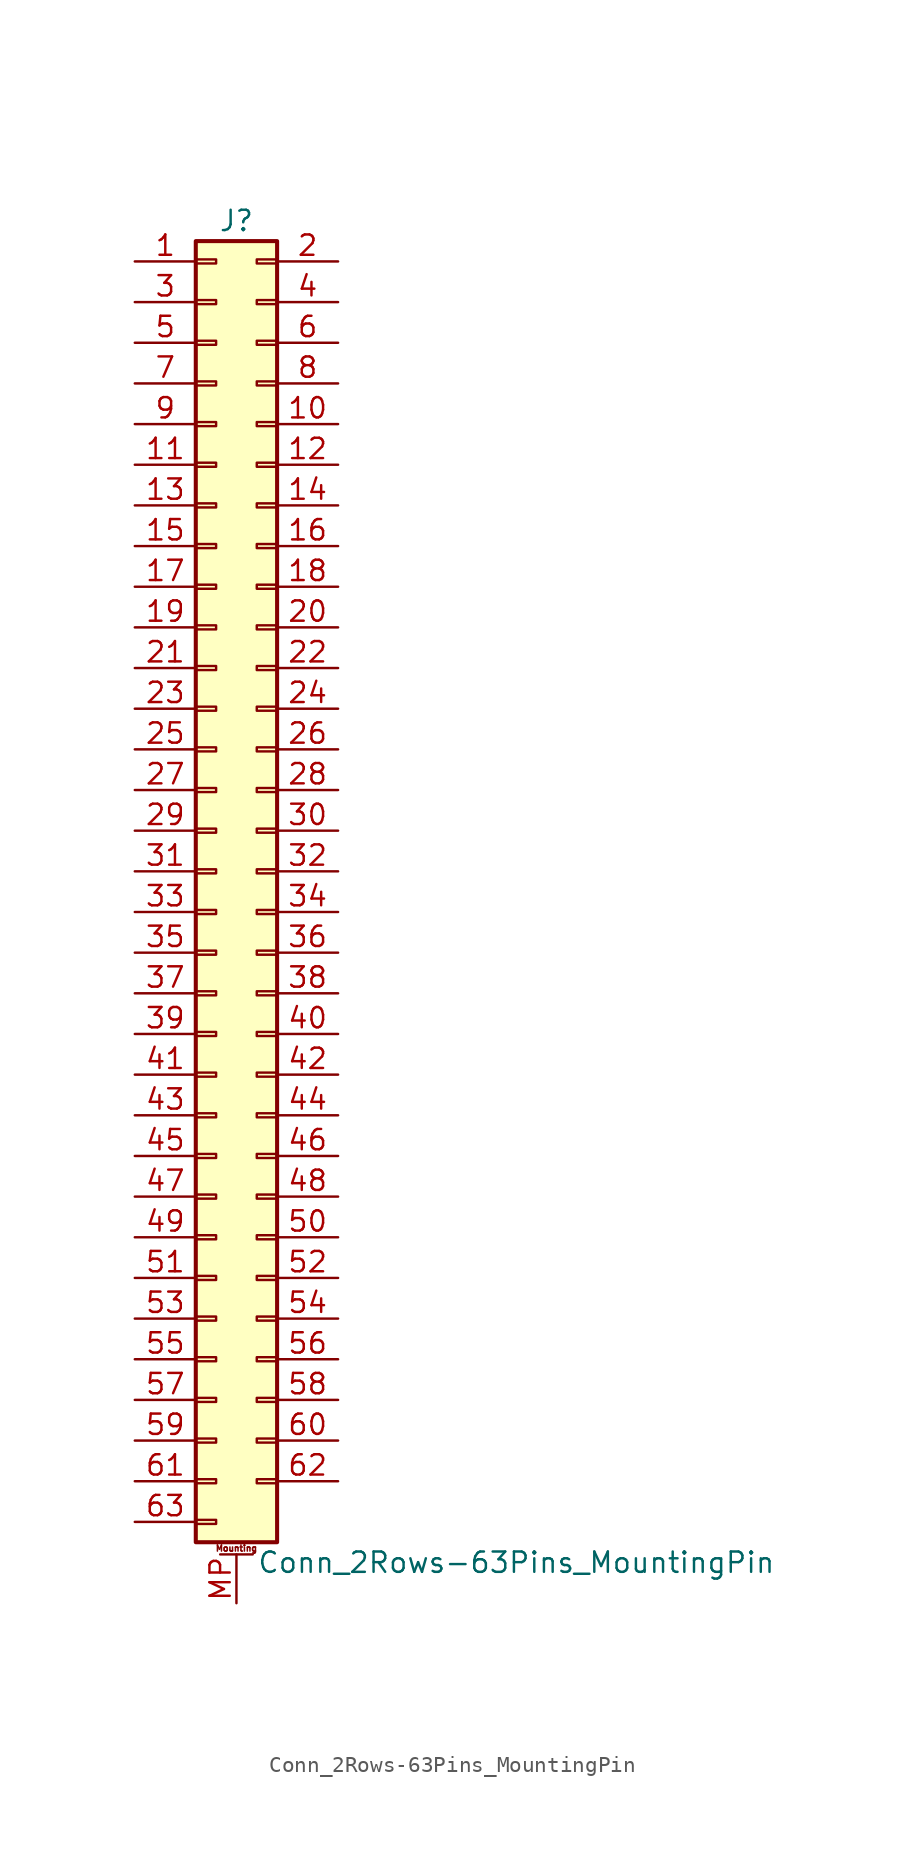
<source format=kicad_sym>
(kicad_symbol_lib
  (version 20201005)
  (generator kicad_symbol_editor)
  (symbol "Connector_Generic_MountingPin:Conn_2Rows-63Pins_MountingPin"
    (pin_names
      (offset 1.016) hide)
    (property "Reference" "J"
      (at 1.27 40.64 0)
      (effects (font (size 1.27 1.27))))
    (property "Value" "Conn_2Rows-63Pins_MountingPin"
      (at 2.54 -43.18 0)
      (effects (font (size 1.27 1.27)) (justify left)))
    (symbol "Conn_2Rows-63Pins_MountingPin_1_1"
      (text "Mounting" (at 1.27 -42.291 0) (effects (font (size 0.381 0.381))))
      (rectangle (start -1.27 -27.813) (end 0 -28.067) (stroke (width 0.152)) (fill (type none)))
      (rectangle (start -1.27 -30.353) (end 0 -30.607) (stroke (width 0.152)) (fill (type none)))
      (rectangle (start -1.27 -32.893) (end 0 -33.147) (stroke (width 0.152)) (fill (type none)))
      (rectangle (start -1.27 -35.433) (end 0 -35.687) (stroke (width 0.152)) (fill (type none)))
      (rectangle (start -1.27 -37.973) (end 0 -38.227) (stroke (width 0.152)) (fill (type none)))
      (rectangle (start -1.27 -40.513) (end 0 -40.767) (stroke (width 0.152)) (fill (type none)))
      (rectangle (start -1.27 -4.953) (end 0 -5.207) (stroke (width 0.152)) (fill (type none)))
      (rectangle (start -1.27 -7.493) (end 0 -7.747) (stroke (width 0.152)) (fill (type none)))
      (rectangle (start -1.27 -10.033) (end 0 -10.287) (stroke (width 0.152)) (fill (type none)))
      (rectangle (start -1.27 -12.573) (end 0 -12.827) (stroke (width 0.152)) (fill (type none)))
      (rectangle (start -1.27 -15.113) (end 0 -15.367) (stroke (width 0.152)) (fill (type none)))
      (rectangle (start -1.27 -17.653) (end 0 -17.907) (stroke (width 0.152)) (fill (type none)))
      (rectangle (start -1.27 -20.193) (end 0 -20.447) (stroke (width 0.152)) (fill (type none)))
      (rectangle (start -1.27 -22.733) (end 0 -22.987) (stroke (width 0.152)) (fill (type none)))
      (rectangle (start -1.27 -2.413) (end 0 -2.667) (stroke (width 0.152)) (fill (type none)))
      (rectangle (start -1.27 -25.273) (end 0 -25.527) (stroke (width 0.152)) (fill (type none)))
      (rectangle (start -1.27 25.527) (end 0 25.273) (stroke (width 0.152)) (fill (type none)))
      (rectangle (start -1.27 2.667) (end 0 2.413) (stroke (width 0.152)) (fill (type none)))
      (rectangle (start -1.27 28.067) (end 0 27.813) (stroke (width 0.152)) (fill (type none)))
      (rectangle (start -1.27 30.607) (end 0 30.353) (stroke (width 0.152)) (fill (type none)))
      (rectangle (start -1.27 33.147) (end 0 32.893) (stroke (width 0.152)) (fill (type none)))
      (rectangle (start -1.27 35.687) (end 0 35.433) (stroke (width 0.152)) (fill (type none)))
      (rectangle (start -1.27 38.227) (end 0 37.973) (stroke (width 0.152)) (fill (type none)))
      (rectangle (start -1.27 39.37) (end 3.81 -41.91) (stroke (width 0.254)) (fill (type background)))
      (rectangle (start -1.27 5.207) (end 0 4.953) (stroke (width 0.152)) (fill (type none)))
      (rectangle (start -1.27 7.747) (end 0 7.493) (stroke (width 0.152)) (fill (type none)))
      (rectangle (start -1.27 10.287) (end 0 10.033) (stroke (width 0.152)) (fill (type none)))
      (rectangle (start -1.27 0.127) (end 0 -0.127) (stroke (width 0.152)) (fill (type none)))
      (rectangle (start -1.27 12.827) (end 0 12.573) (stroke (width 0.152)) (fill (type none)))
      (rectangle (start -1.27 15.367) (end 0 15.113) (stroke (width 0.152)) (fill (type none)))
      (rectangle (start -1.27 17.907) (end 0 17.653) (stroke (width 0.152)) (fill (type none)))
      (rectangle (start -1.27 20.447) (end 0 20.193) (stroke (width 0.152)) (fill (type none)))
      (rectangle (start -1.27 22.987) (end 0 22.733) (stroke (width 0.152)) (fill (type none)))
      (rectangle (start 3.81 -27.813) (end 2.54 -28.067) (stroke (width 0.152)) (fill (type none)))
      (rectangle (start 3.81 -30.353) (end 2.54 -30.607) (stroke (width 0.152)) (fill (type none)))
      (rectangle (start 3.81 -32.893) (end 2.54 -33.147) (stroke (width 0.152)) (fill (type none)))
      (rectangle (start 3.81 -35.433) (end 2.54 -35.687) (stroke (width 0.152)) (fill (type none)))
      (rectangle (start 3.81 -37.973) (end 2.54 -38.227) (stroke (width 0.152)) (fill (type none)))
      (rectangle (start 3.81 -4.953) (end 2.54 -5.207) (stroke (width 0.152)) (fill (type none)))
      (rectangle (start 3.81 -7.493) (end 2.54 -7.747) (stroke (width 0.152)) (fill (type none)))
      (rectangle (start 3.81 -10.033) (end 2.54 -10.287) (stroke (width 0.152)) (fill (type none)))
      (rectangle (start 3.81 -12.573) (end 2.54 -12.827) (stroke (width 0.152)) (fill (type none)))
      (rectangle (start 3.81 -15.113) (end 2.54 -15.367) (stroke (width 0.152)) (fill (type none)))
      (rectangle (start 3.81 -17.653) (end 2.54 -17.907) (stroke (width 0.152)) (fill (type none)))
      (rectangle (start 3.81 -20.193) (end 2.54 -20.447) (stroke (width 0.152)) (fill (type none)))
      (rectangle (start 3.81 -22.733) (end 2.54 -22.987) (stroke (width 0.152)) (fill (type none)))
      (rectangle (start 3.81 -2.413) (end 2.54 -2.667) (stroke (width 0.152)) (fill (type none)))
      (rectangle (start 3.81 -25.273) (end 2.54 -25.527) (stroke (width 0.152)) (fill (type none)))
      (rectangle (start 3.81 25.527) (end 2.54 25.273) (stroke (width 0.152)) (fill (type none)))
      (rectangle (start 3.81 2.667) (end 2.54 2.413) (stroke (width 0.152)) (fill (type none)))
      (rectangle (start 3.81 28.067) (end 2.54 27.813) (stroke (width 0.152)) (fill (type none)))
      (rectangle (start 3.81 30.607) (end 2.54 30.353) (stroke (width 0.152)) (fill (type none)))
      (rectangle (start 3.81 33.147) (end 2.54 32.893) (stroke (width 0.152)) (fill (type none)))
      (rectangle (start 3.81 35.687) (end 2.54 35.433) (stroke (width 0.152)) (fill (type none)))
      (rectangle (start 3.81 38.227) (end 2.54 37.973) (stroke (width 0.152)) (fill (type none)))
      (rectangle (start 3.81 5.207) (end 2.54 4.953) (stroke (width 0.152)) (fill (type none)))
      (rectangle (start 3.81 7.747) (end 2.54 7.493) (stroke (width 0.152)) (fill (type none)))
      (rectangle (start 3.81 10.287) (end 2.54 10.033) (stroke (width 0.152)) (fill (type none)))
      (rectangle (start 3.81 0.127) (end 2.54 -0.127) (stroke (width 0.152)) (fill (type none)))
      (rectangle (start 3.81 12.827) (end 2.54 12.573) (stroke (width 0.152)) (fill (type none)))
      (rectangle (start 3.81 15.367) (end 2.54 15.113) (stroke (width 0.152)) (fill (type none)))
      (rectangle (start 3.81 17.907) (end 2.54 17.653) (stroke (width 0.152)) (fill (type none)))
      (rectangle (start 3.81 20.447) (end 2.54 20.193) (stroke (width 0.152)) (fill (type none)))
      (rectangle (start 3.81 22.987) (end 2.54 22.733) (stroke (width 0.152)) (fill (type none)))
      (polyline (pts (xy 0.254 -42.672) (xy 2.286 -42.672)) (stroke (width 0.152)) (fill (type none)))
      (pin passive line (at 1.27 -45.72 90) (length 3.048) (name "MountPin" (effects (font (size 1.27 1.27)))) (number "MP" (effects (font (size 1.27 1.27)))))
      (pin passive line (at -5.08 38.1 0) (length 3.81) (name "Pin_1" (effects (font (size 1.27 1.27)))) (number "1" (effects (font (size 1.27 1.27)))))
      (pin passive line (at 7.62 27.94 180) (length 3.81) (name "Pin_10" (effects (font (size 1.27 1.27)))) (number "10" (effects (font (size 1.27 1.27)))))
      (pin passive line (at -5.08 25.4 0) (length 3.81) (name "Pin_11" (effects (font (size 1.27 1.27)))) (number "11" (effects (font (size 1.27 1.27)))))
      (pin passive line (at 7.62 25.4 180) (length 3.81) (name "Pin_12" (effects (font (size 1.27 1.27)))) (number "12" (effects (font (size 1.27 1.27)))))
      (pin passive line (at -5.08 22.86 0) (length 3.81) (name "Pin_13" (effects (font (size 1.27 1.27)))) (number "13" (effects (font (size 1.27 1.27)))))
      (pin passive line (at 7.62 22.86 180) (length 3.81) (name "Pin_14" (effects (font (size 1.27 1.27)))) (number "14" (effects (font (size 1.27 1.27)))))
      (pin passive line (at -5.08 20.32 0) (length 3.81) (name "Pin_15" (effects (font (size 1.27 1.27)))) (number "15" (effects (font (size 1.27 1.27)))))
      (pin passive line (at 7.62 20.32 180) (length 3.81) (name "Pin_16" (effects (font (size 1.27 1.27)))) (number "16" (effects (font (size 1.27 1.27)))))
      (pin passive line (at -5.08 17.78 0) (length 3.81) (name "Pin_17" (effects (font (size 1.27 1.27)))) (number "17" (effects (font (size 1.27 1.27)))))
      (pin passive line (at 7.62 17.78 180) (length 3.81) (name "Pin_18" (effects (font (size 1.27 1.27)))) (number "18" (effects (font (size 1.27 1.27)))))
      (pin passive line (at -5.08 15.24 0) (length 3.81) (name "Pin_19" (effects (font (size 1.27 1.27)))) (number "19" (effects (font (size 1.27 1.27)))))
      (pin passive line (at 7.62 38.1 180) (length 3.81) (name "Pin_2" (effects (font (size 1.27 1.27)))) (number "2" (effects (font (size 1.27 1.27)))))
      (pin passive line (at 7.62 15.24 180) (length 3.81) (name "Pin_20" (effects (font (size 1.27 1.27)))) (number "20" (effects (font (size 1.27 1.27)))))
      (pin passive line (at -5.08 12.7 0) (length 3.81) (name "Pin_21" (effects (font (size 1.27 1.27)))) (number "21" (effects (font (size 1.27 1.27)))))
      (pin passive line (at 7.62 12.7 180) (length 3.81) (name "Pin_22" (effects (font (size 1.27 1.27)))) (number "22" (effects (font (size 1.27 1.27)))))
      (pin passive line (at -5.08 10.16 0) (length 3.81) (name "Pin_23" (effects (font (size 1.27 1.27)))) (number "23" (effects (font (size 1.27 1.27)))))
      (pin passive line (at 7.62 10.16 180) (length 3.81) (name "Pin_24" (effects (font (size 1.27 1.27)))) (number "24" (effects (font (size 1.27 1.27)))))
      (pin passive line (at -5.08 7.62 0) (length 3.81) (name "Pin_25" (effects (font (size 1.27 1.27)))) (number "25" (effects (font (size 1.27 1.27)))))
      (pin passive line (at 7.62 7.62 180) (length 3.81) (name "Pin_26" (effects (font (size 1.27 1.27)))) (number "26" (effects (font (size 1.27 1.27)))))
      (pin passive line (at -5.08 5.08 0) (length 3.81) (name "Pin_27" (effects (font (size 1.27 1.27)))) (number "27" (effects (font (size 1.27 1.27)))))
      (pin passive line (at 7.62 5.08 180) (length 3.81) (name "Pin_28" (effects (font (size 1.27 1.27)))) (number "28" (effects (font (size 1.27 1.27)))))
      (pin passive line (at -5.08 2.54 0) (length 3.81) (name "Pin_29" (effects (font (size 1.27 1.27)))) (number "29" (effects (font (size 1.27 1.27)))))
      (pin passive line (at -5.08 35.56 0) (length 3.81) (name "Pin_3" (effects (font (size 1.27 1.27)))) (number "3" (effects (font (size 1.27 1.27)))))
      (pin passive line (at 7.62 2.54 180) (length 3.81) (name "Pin_30" (effects (font (size 1.27 1.27)))) (number "30" (effects (font (size 1.27 1.27)))))
      (pin passive line (at -5.08 0 0) (length 3.81) (name "Pin_31" (effects (font (size 1.27 1.27)))) (number "31" (effects (font (size 1.27 1.27)))))
      (pin passive line (at 7.62 0 180) (length 3.81) (name "Pin_32" (effects (font (size 1.27 1.27)))) (number "32" (effects (font (size 1.27 1.27)))))
      (pin passive line (at -5.08 -2.54 0) (length 3.81) (name "Pin_33" (effects (font (size 1.27 1.27)))) (number "33" (effects (font (size 1.27 1.27)))))
      (pin passive line (at 7.62 -2.54 180) (length 3.81) (name "Pin_34" (effects (font (size 1.27 1.27)))) (number "34" (effects (font (size 1.27 1.27)))))
      (pin passive line (at -5.08 -5.08 0) (length 3.81) (name "Pin_35" (effects (font (size 1.27 1.27)))) (number "35" (effects (font (size 1.27 1.27)))))
      (pin passive line (at 7.62 -5.08 180) (length 3.81) (name "Pin_36" (effects (font (size 1.27 1.27)))) (number "36" (effects (font (size 1.27 1.27)))))
      (pin passive line (at -5.08 -7.62 0) (length 3.81) (name "Pin_37" (effects (font (size 1.27 1.27)))) (number "37" (effects (font (size 1.27 1.27)))))
      (pin passive line (at 7.62 -7.62 180) (length 3.81) (name "Pin_38" (effects (font (size 1.27 1.27)))) (number "38" (effects (font (size 1.27 1.27)))))
      (pin passive line (at -5.08 -10.16 0) (length 3.81) (name "Pin_39" (effects (font (size 1.27 1.27)))) (number "39" (effects (font (size 1.27 1.27)))))
      (pin passive line (at 7.62 35.56 180) (length 3.81) (name "Pin_4" (effects (font (size 1.27 1.27)))) (number "4" (effects (font (size 1.27 1.27)))))
      (pin passive line (at 7.62 -10.16 180) (length 3.81) (name "Pin_40" (effects (font (size 1.27 1.27)))) (number "40" (effects (font (size 1.27 1.27)))))
      (pin passive line (at -5.08 -12.7 0) (length 3.81) (name "Pin_41" (effects (font (size 1.27 1.27)))) (number "41" (effects (font (size 1.27 1.27)))))
      (pin passive line (at 7.62 -12.7 180) (length 3.81) (name "Pin_42" (effects (font (size 1.27 1.27)))) (number "42" (effects (font (size 1.27 1.27)))))
      (pin passive line (at -5.08 -15.24 0) (length 3.81) (name "Pin_43" (effects (font (size 1.27 1.27)))) (number "43" (effects (font (size 1.27 1.27)))))
      (pin passive line (at 7.62 -15.24 180) (length 3.81) (name "Pin_44" (effects (font (size 1.27 1.27)))) (number "44" (effects (font (size 1.27 1.27)))))
      (pin passive line (at -5.08 -17.78 0) (length 3.81) (name "Pin_45" (effects (font (size 1.27 1.27)))) (number "45" (effects (font (size 1.27 1.27)))))
      (pin passive line (at 7.62 -17.78 180) (length 3.81) (name "Pin_46" (effects (font (size 1.27 1.27)))) (number "46" (effects (font (size 1.27 1.27)))))
      (pin passive line (at -5.08 -20.32 0) (length 3.81) (name "Pin_47" (effects (font (size 1.27 1.27)))) (number "47" (effects (font (size 1.27 1.27)))))
      (pin passive line (at 7.62 -20.32 180) (length 3.81) (name "Pin_48" (effects (font (size 1.27 1.27)))) (number "48" (effects (font (size 1.27 1.27)))))
      (pin passive line (at -5.08 -22.86 0) (length 3.81) (name "Pin_49" (effects (font (size 1.27 1.27)))) (number "49" (effects (font (size 1.27 1.27)))))
      (pin passive line (at -5.08 33.02 0) (length 3.81) (name "Pin_5" (effects (font (size 1.27 1.27)))) (number "5" (effects (font (size 1.27 1.27)))))
      (pin passive line (at 7.62 -22.86 180) (length 3.81) (name "Pin_50" (effects (font (size 1.27 1.27)))) (number "50" (effects (font (size 1.27 1.27)))))
      (pin passive line (at -5.08 -25.4 0) (length 3.81) (name "Pin_51" (effects (font (size 1.27 1.27)))) (number "51" (effects (font (size 1.27 1.27)))))
      (pin passive line (at 7.62 -25.4 180) (length 3.81) (name "Pin_52" (effects (font (size 1.27 1.27)))) (number "52" (effects (font (size 1.27 1.27)))))
      (pin passive line (at -5.08 -27.94 0) (length 3.81) (name "Pin_53" (effects (font (size 1.27 1.27)))) (number "53" (effects (font (size 1.27 1.27)))))
      (pin passive line (at 7.62 -27.94 180) (length 3.81) (name "Pin_54" (effects (font (size 1.27 1.27)))) (number "54" (effects (font (size 1.27 1.27)))))
      (pin passive line (at -5.08 -30.48 0) (length 3.81) (name "Pin_55" (effects (font (size 1.27 1.27)))) (number "55" (effects (font (size 1.27 1.27)))))
      (pin passive line (at 7.62 -30.48 180) (length 3.81) (name "Pin_56" (effects (font (size 1.27 1.27)))) (number "56" (effects (font (size 1.27 1.27)))))
      (pin passive line (at -5.08 -33.02 0) (length 3.81) (name "Pin_57" (effects (font (size 1.27 1.27)))) (number "57" (effects (font (size 1.27 1.27)))))
      (pin passive line (at 7.62 -33.02 180) (length 3.81) (name "Pin_58" (effects (font (size 1.27 1.27)))) (number "58" (effects (font (size 1.27 1.27)))))
      (pin passive line (at -5.08 -35.56 0) (length 3.81) (name "Pin_59" (effects (font (size 1.27 1.27)))) (number "59" (effects (font (size 1.27 1.27)))))
      (pin passive line (at 7.62 33.02 180) (length 3.81) (name "Pin_6" (effects (font (size 1.27 1.27)))) (number "6" (effects (font (size 1.27 1.27)))))
      (pin passive line (at 7.62 -35.56 180) (length 3.81) (name "Pin_60" (effects (font (size 1.27 1.27)))) (number "60" (effects (font (size 1.27 1.27)))))
      (pin passive line (at -5.08 -38.1 0) (length 3.81) (name "Pin_61" (effects (font (size 1.27 1.27)))) (number "61" (effects (font (size 1.27 1.27)))))
      (pin passive line (at 7.62 -38.1 180) (length 3.81) (name "Pin_62" (effects (font (size 1.27 1.27)))) (number "62" (effects (font (size 1.27 1.27)))))
      (pin passive line (at -5.08 -40.64 0) (length 3.81) (name "Pin_63" (effects (font (size 1.27 1.27)))) (number "63" (effects (font (size 1.27 1.27)))))
      (pin passive line (at -5.08 30.48 0) (length 3.81) (name "Pin_7" (effects (font (size 1.27 1.27)))) (number "7" (effects (font (size 1.27 1.27)))))
      (pin passive line (at 7.62 30.48 180) (length 3.81) (name "Pin_8" (effects (font (size 1.27 1.27)))) (number "8" (effects (font (size 1.27 1.27)))))
      (pin passive line (at -5.08 27.94 0) (length 3.81) (name "Pin_9" (effects (font (size 1.27 1.27)))) (number "9" (effects (font (size 1.27 1.27))))))))
</source>
